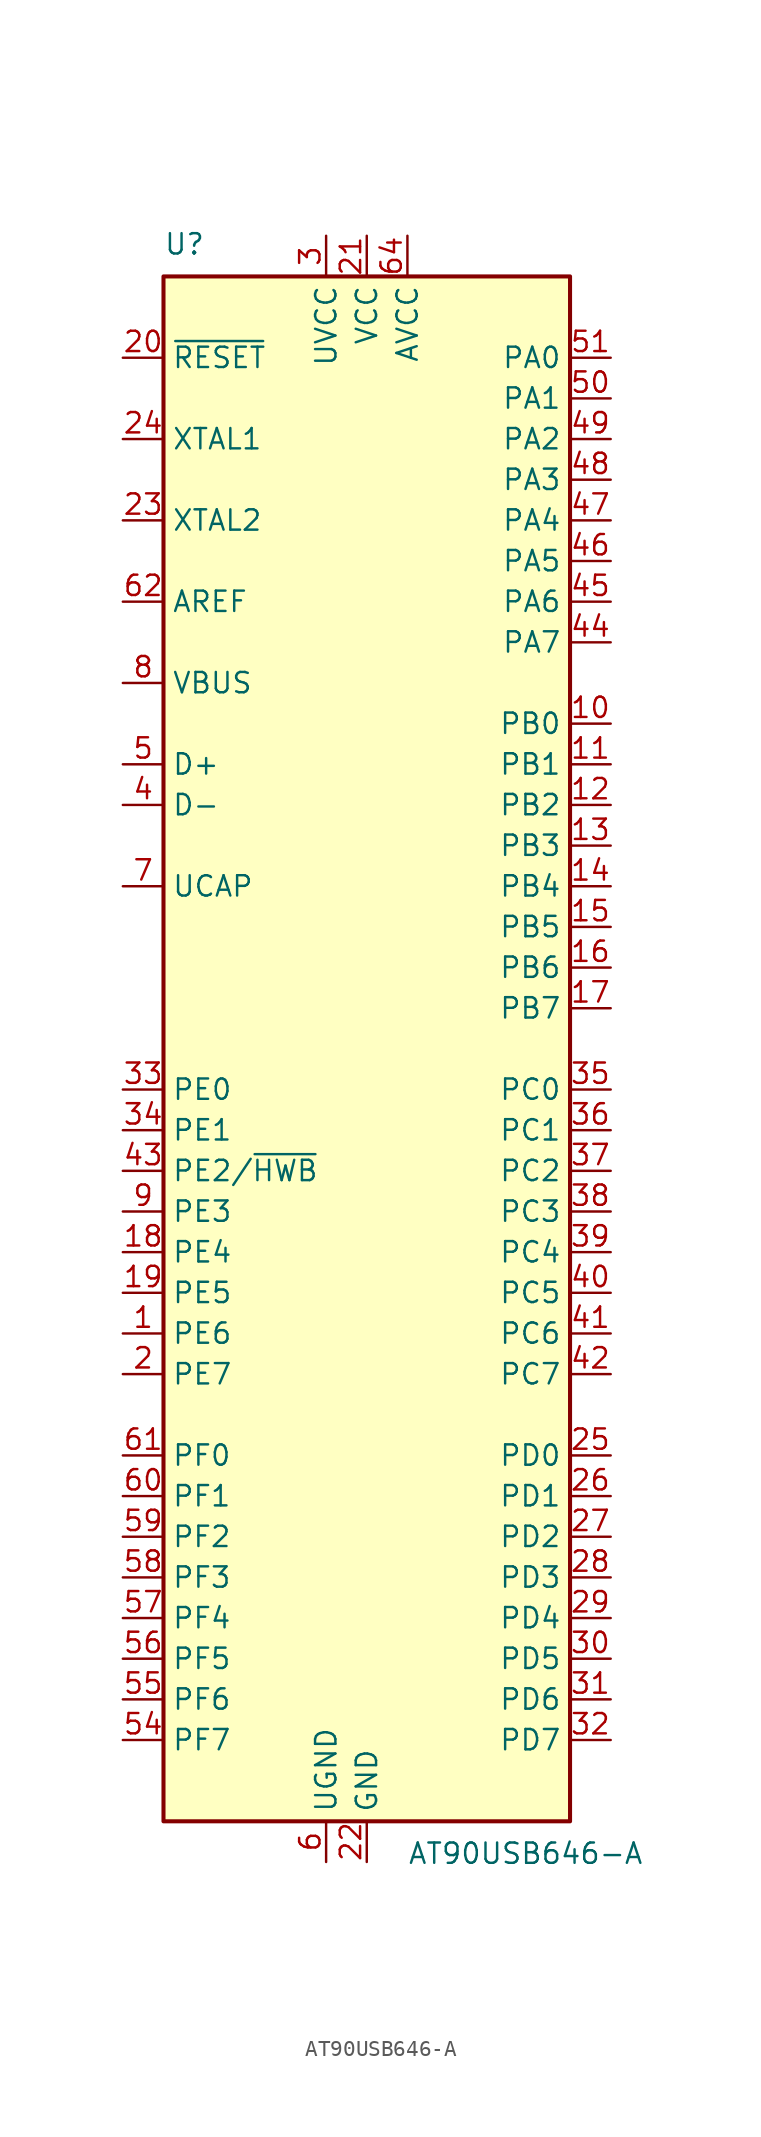
<source format=kicad_sym>
(kicad_symbol_lib
  (version 20241209)
  (generator "kicad_symbol_editor")
  (generator_version "9.0")
  (symbol "AT90USB646-A"
    (property "Reference" "U"
      (at -12.7 49.53 0)
      (effects (font (size 1.27 1.27)) (justify left bottom)))
    (property "Value" "AT90USB646-A"
      (at 2.54 -49.53 0)
      (effects (font (size 1.27 1.27)) (justify left top)))
    (symbol "AT90USB646-A_0_1"
      (rectangle (start -12.7 -48.26) (end 12.7 48.26) (stroke (width 0.254) (type default)) (fill (type background))))
    (symbol "AT90USB646-A_1_1"
      (pin input line (at -15.24 43.18 0) (length 2.54) (name "~{RESET}" (effects (font (size 1.27 1.27)))) (number "20" (effects (font (size 1.27 1.27)))))
      (pin input line (at -15.24 38.1 0) (length 2.54) (name "XTAL1" (effects (font (size 1.27 1.27)))) (number "24" (effects (font (size 1.27 1.27)))))
      (pin output line (at -15.24 33.02 0) (length 2.54) (name "XTAL2" (effects (font (size 1.27 1.27)))) (number "23" (effects (font (size 1.27 1.27)))))
      (pin passive line (at -15.24 27.94 0) (length 2.54) (name "AREF" (effects (font (size 1.27 1.27)))) (number "62" (effects (font (size 1.27 1.27)))))
      (pin input line (at -15.24 22.86 0) (length 2.54) (name "VBUS" (effects (font (size 1.27 1.27)))) (number "8" (effects (font (size 1.27 1.27)))))
      (pin bidirectional line (at -15.24 17.78 0) (length 2.54) (name "D+" (effects (font (size 1.27 1.27)))) (number "5" (effects (font (size 1.27 1.27)))))
      (pin bidirectional line (at -15.24 15.24 0) (length 2.54) (name "D-" (effects (font (size 1.27 1.27)))) (number "4" (effects (font (size 1.27 1.27)))))
      (pin passive line (at -15.24 10.16 0) (length 2.54) (name "UCAP" (effects (font (size 1.27 1.27)))) (number "7" (effects (font (size 1.27 1.27)))))
      (pin bidirectional line (at -15.24 -2.54 0) (length 2.54) (name "PE0" (effects (font (size 1.27 1.27)))) (number "33" (effects (font (size 1.27 1.27)))))
      (pin bidirectional line (at -15.24 -5.08 0) (length 2.54) (name "PE1" (effects (font (size 1.27 1.27)))) (number "34" (effects (font (size 1.27 1.27)))))
      (pin bidirectional line (at -15.24 -7.62 0) (length 2.54) (name "PE2/~{HWB}" (effects (font (size 1.27 1.27)))) (number "43" (effects (font (size 1.27 1.27)))))
      (pin bidirectional line (at -15.24 -10.16 0) (length 2.54) (name "PE3" (effects (font (size 1.27 1.27)))) (number "9" (effects (font (size 1.27 1.27)))))
      (pin bidirectional line (at -15.24 -12.7 0) (length 2.54) (name "PE4" (effects (font (size 1.27 1.27)))) (number "18" (effects (font (size 1.27 1.27)))))
      (pin bidirectional line (at -15.24 -15.24 0) (length 2.54) (name "PE5" (effects (font (size 1.27 1.27)))) (number "19" (effects (font (size 1.27 1.27)))))
      (pin bidirectional line (at -15.24 -17.78 0) (length 2.54) (name "PE6" (effects (font (size 1.27 1.27)))) (number "1" (effects (font (size 1.27 1.27)))))
      (pin bidirectional line (at -15.24 -20.32 0) (length 2.54) (name "PE7" (effects (font (size 1.27 1.27)))) (number "2" (effects (font (size 1.27 1.27)))))
      (pin bidirectional line (at -15.24 -25.4 0) (length 2.54) (name "PF0" (effects (font (size 1.27 1.27)))) (number "61" (effects (font (size 1.27 1.27)))))
      (pin bidirectional line (at -15.24 -27.94 0) (length 2.54) (name "PF1" (effects (font (size 1.27 1.27)))) (number "60" (effects (font (size 1.27 1.27)))))
      (pin bidirectional line (at -15.24 -30.48 0) (length 2.54) (name "PF2" (effects (font (size 1.27 1.27)))) (number "59" (effects (font (size 1.27 1.27)))))
      (pin bidirectional line (at -15.24 -33.02 0) (length 2.54) (name "PF3" (effects (font (size 1.27 1.27)))) (number "58" (effects (font (size 1.27 1.27)))))
      (pin bidirectional line (at -15.24 -35.56 0) (length 2.54) (name "PF4" (effects (font (size 1.27 1.27)))) (number "57" (effects (font (size 1.27 1.27)))))
      (pin bidirectional line (at -15.24 -38.1 0) (length 2.54) (name "PF5" (effects (font (size 1.27 1.27)))) (number "56" (effects (font (size 1.27 1.27)))))
      (pin bidirectional line (at -15.24 -40.64 0) (length 2.54) (name "PF6" (effects (font (size 1.27 1.27)))) (number "55" (effects (font (size 1.27 1.27)))))
      (pin bidirectional line (at -15.24 -43.18 0) (length 2.54) (name "PF7" (effects (font (size 1.27 1.27)))) (number "54" (effects (font (size 1.27 1.27)))))
      (pin power_in line (at -2.54 50.8 270) (length 2.54) (name "UVCC" (effects (font (size 1.27 1.27)))) (number "3" (effects (font (size 1.27 1.27)))))
      (pin power_in line (at -2.54 -50.8 90) (length 2.54) (name "UGND" (effects (font (size 1.27 1.27)))) (number "6" (effects (font (size 1.27 1.27)))))
      (pin power_in line (at 0 50.8 270) (length 2.54) (name "VCC" (effects (font (size 1.27 1.27)))) (number "21" (effects (font (size 1.27 1.27)))))
      (pin passive line (at 0 50.8 270) (length 2.54) (hide yes) (name "VCC" (effects (font (size 1.27 1.27)))) (number "52" (effects (font (size 1.27 1.27)))))
      (pin power_in line (at 0 -50.8 90) (length 2.54) (name "GND" (effects (font (size 1.27 1.27)))) (number "22" (effects (font (size 1.27 1.27)))))
      (pin passive line (at 0 -50.8 90) (length 2.54) (hide yes) (name "GND" (effects (font (size 1.27 1.27)))) (number "53" (effects (font (size 1.27 1.27)))))
      (pin passive line (at 0 -50.8 90) (length 2.54) (hide yes) (name "GND" (effects (font (size 1.27 1.27)))) (number "63" (effects (font (size 1.27 1.27)))))
      (pin power_in line (at 2.54 50.8 270) (length 2.54) (name "AVCC" (effects (font (size 1.27 1.27)))) (number "64" (effects (font (size 1.27 1.27)))))
      (pin bidirectional line (at 15.24 43.18 180) (length 2.54) (name "PA0" (effects (font (size 1.27 1.27)))) (number "51" (effects (font (size 1.27 1.27)))))
      (pin bidirectional line (at 15.24 40.64 180) (length 2.54) (name "PA1" (effects (font (size 1.27 1.27)))) (number "50" (effects (font (size 1.27 1.27)))))
      (pin bidirectional line (at 15.24 38.1 180) (length 2.54) (name "PA2" (effects (font (size 1.27 1.27)))) (number "49" (effects (font (size 1.27 1.27)))))
      (pin bidirectional line (at 15.24 35.56 180) (length 2.54) (name "PA3" (effects (font (size 1.27 1.27)))) (number "48" (effects (font (size 1.27 1.27)))))
      (pin bidirectional line (at 15.24 33.02 180) (length 2.54) (name "PA4" (effects (font (size 1.27 1.27)))) (number "47" (effects (font (size 1.27 1.27)))))
      (pin bidirectional line (at 15.24 30.48 180) (length 2.54) (name "PA5" (effects (font (size 1.27 1.27)))) (number "46" (effects (font (size 1.27 1.27)))))
      (pin bidirectional line (at 15.24 27.94 180) (length 2.54) (name "PA6" (effects (font (size 1.27 1.27)))) (number "45" (effects (font (size 1.27 1.27)))))
      (pin bidirectional line (at 15.24 25.4 180) (length 2.54) (name "PA7" (effects (font (size 1.27 1.27)))) (number "44" (effects (font (size 1.27 1.27)))))
      (pin bidirectional line (at 15.24 20.32 180) (length 2.54) (name "PB0" (effects (font (size 1.27 1.27)))) (number "10" (effects (font (size 1.27 1.27)))))
      (pin bidirectional line (at 15.24 17.78 180) (length 2.54) (name "PB1" (effects (font (size 1.27 1.27)))) (number "11" (effects (font (size 1.27 1.27)))))
      (pin bidirectional line (at 15.24 15.24 180) (length 2.54) (name "PB2" (effects (font (size 1.27 1.27)))) (number "12" (effects (font (size 1.27 1.27)))))
      (pin bidirectional line (at 15.24 12.7 180) (length 2.54) (name "PB3" (effects (font (size 1.27 1.27)))) (number "13" (effects (font (size 1.27 1.27)))))
      (pin bidirectional line (at 15.24 10.16 180) (length 2.54) (name "PB4" (effects (font (size 1.27 1.27)))) (number "14" (effects (font (size 1.27 1.27)))))
      (pin bidirectional line (at 15.24 7.62 180) (length 2.54) (name "PB5" (effects (font (size 1.27 1.27)))) (number "15" (effects (font (size 1.27 1.27)))))
      (pin bidirectional line (at 15.24 5.08 180) (length 2.54) (name "PB6" (effects (font (size 1.27 1.27)))) (number "16" (effects (font (size 1.27 1.27)))))
      (pin bidirectional line (at 15.24 2.54 180) (length 2.54) (name "PB7" (effects (font (size 1.27 1.27)))) (number "17" (effects (font (size 1.27 1.27)))))
      (pin bidirectional line (at 15.24 -2.54 180) (length 2.54) (name "PC0" (effects (font (size 1.27 1.27)))) (number "35" (effects (font (size 1.27 1.27)))))
      (pin bidirectional line (at 15.24 -5.08 180) (length 2.54) (name "PC1" (effects (font (size 1.27 1.27)))) (number "36" (effects (font (size 1.27 1.27)))))
      (pin bidirectional line (at 15.24 -7.62 180) (length 2.54) (name "PC2" (effects (font (size 1.27 1.27)))) (number "37" (effects (font (size 1.27 1.27)))))
      (pin bidirectional line (at 15.24 -10.16 180) (length 2.54) (name "PC3" (effects (font (size 1.27 1.27)))) (number "38" (effects (font (size 1.27 1.27)))))
      (pin bidirectional line (at 15.24 -12.7 180) (length 2.54) (name "PC4" (effects (font (size 1.27 1.27)))) (number "39" (effects (font (size 1.27 1.27)))))
      (pin bidirectional line (at 15.24 -15.24 180) (length 2.54) (name "PC5" (effects (font (size 1.27 1.27)))) (number "40" (effects (font (size 1.27 1.27)))))
      (pin bidirectional line (at 15.24 -17.78 180) (length 2.54) (name "PC6" (effects (font (size 1.27 1.27)))) (number "41" (effects (font (size 1.27 1.27)))))
      (pin bidirectional line (at 15.24 -20.32 180) (length 2.54) (name "PC7" (effects (font (size 1.27 1.27)))) (number "42" (effects (font (size 1.27 1.27)))))
      (pin bidirectional line (at 15.24 -25.4 180) (length 2.54) (name "PD0" (effects (font (size 1.27 1.27)))) (number "25" (effects (font (size 1.27 1.27)))))
      (pin bidirectional line (at 15.24 -27.94 180) (length 2.54) (name "PD1" (effects (font (size 1.27 1.27)))) (number "26" (effects (font (size 1.27 1.27)))))
      (pin bidirectional line (at 15.24 -30.48 180) (length 2.54) (name "PD2" (effects (font (size 1.27 1.27)))) (number "27" (effects (font (size 1.27 1.27)))))
      (pin bidirectional line (at 15.24 -33.02 180) (length 2.54) (name "PD3" (effects (font (size 1.27 1.27)))) (number "28" (effects (font (size 1.27 1.27)))))
      (pin bidirectional line (at 15.24 -35.56 180) (length 2.54) (name "PD4" (effects (font (size 1.27 1.27)))) (number "29" (effects (font (size 1.27 1.27)))))
      (pin bidirectional line (at 15.24 -38.1 180) (length 2.54) (name "PD5" (effects (font (size 1.27 1.27)))) (number "30" (effects (font (size 1.27 1.27)))))
      (pin bidirectional line (at 15.24 -40.64 180) (length 2.54) (name "PD6" (effects (font (size 1.27 1.27)))) (number "31" (effects (font (size 1.27 1.27)))))
      (pin bidirectional line (at 15.24 -43.18 180) (length 2.54) (name "PD7" (effects (font (size 1.27 1.27)))) (number "32" (effects (font (size 1.27 1.27))))))))
</source>
